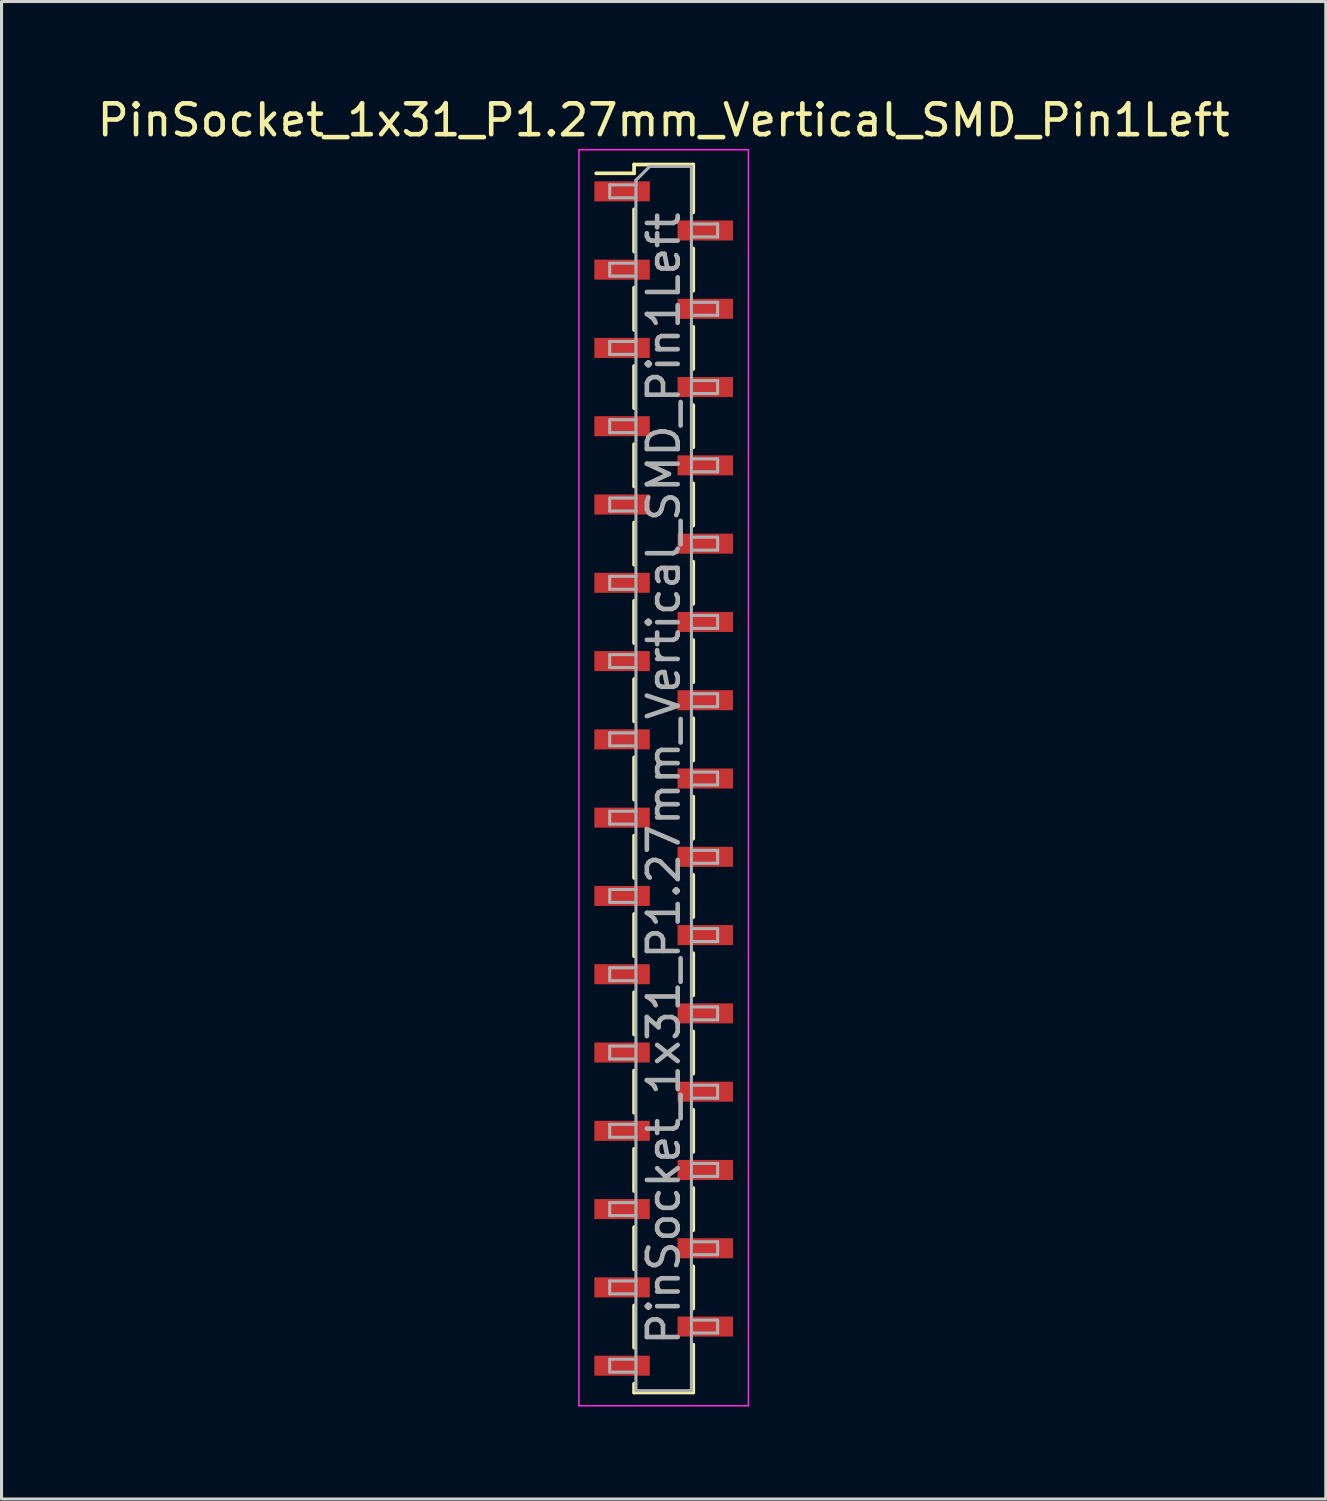
<source format=kicad_pcb>
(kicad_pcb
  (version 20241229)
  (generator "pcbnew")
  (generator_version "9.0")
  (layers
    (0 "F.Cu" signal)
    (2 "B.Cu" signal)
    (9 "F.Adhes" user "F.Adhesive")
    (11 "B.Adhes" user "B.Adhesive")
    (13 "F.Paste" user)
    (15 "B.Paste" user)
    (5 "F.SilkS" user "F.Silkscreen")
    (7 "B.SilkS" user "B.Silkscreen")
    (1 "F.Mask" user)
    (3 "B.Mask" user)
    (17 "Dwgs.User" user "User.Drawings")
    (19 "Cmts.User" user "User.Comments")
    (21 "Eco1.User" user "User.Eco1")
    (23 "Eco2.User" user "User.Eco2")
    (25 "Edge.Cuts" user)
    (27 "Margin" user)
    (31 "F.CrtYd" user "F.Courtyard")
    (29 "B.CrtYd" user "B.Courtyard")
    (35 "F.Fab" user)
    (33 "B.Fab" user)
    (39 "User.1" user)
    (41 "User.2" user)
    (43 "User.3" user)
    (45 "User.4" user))
  (footprint "PinSocket_1x31_P1.27mm_Vertical_SMD_Pin1Left"
    (layer "F.Cu")
    (at 18.482 22.208)
    (property "Reference" "PinSocket_1x31_P1.27mm_Vertical_SMD_Pin1Left" (at 0 -21.36 0) (layer "F.SilkS") (effects (font (size 1 1) (thickness 0.15))))
    (attr smd)
    (fp_line (start -2.19 -19.635) (end -0.96 -19.635) (stroke (width 0.12) (type solid)) (layer "F.SilkS"))
    (fp_line (start -0.96 -19.92) (end -0.96 -19.635) (stroke (width 0.12) (type solid)) (layer "F.SilkS"))
    (fp_line (start -0.96 -19.92) (end 0.96 -19.92) (stroke (width 0.12) (type solid)) (layer "F.SilkS"))
    (fp_line (start -0.96 -18.465) (end -0.96 -17.095) (stroke (width 0.12) (type solid)) (layer "F.SilkS"))
    (fp_line (start -0.96 -15.925) (end -0.96 -14.555) (stroke (width 0.12) (type solid)) (layer "F.SilkS"))
    (fp_line (start -0.96 -13.385) (end -0.96 -12.015) (stroke (width 0.12) (type solid)) (layer "F.SilkS"))
    (fp_line (start -0.96 -10.845) (end -0.96 -9.475) (stroke (width 0.12) (type solid)) (layer "F.SilkS"))
    (fp_line (start -0.96 -8.305) (end -0.96 -6.935) (stroke (width 0.12) (type solid)) (layer "F.SilkS"))
    (fp_line (start -0.96 -5.765) (end -0.96 -4.395) (stroke (width 0.12) (type solid)) (layer "F.SilkS"))
    (fp_line (start -0.96 -3.225) (end -0.96 -1.855) (stroke (width 0.12) (type solid)) (layer "F.SilkS"))
    (fp_line (start -0.96 -0.685) (end -0.96 0.685) (stroke (width 0.12) (type solid)) (layer "F.SilkS"))
    (fp_line (start -0.96 1.855) (end -0.96 3.225) (stroke (width 0.12) (type solid)) (layer "F.SilkS"))
    (fp_line (start -0.96 4.395) (end -0.96 5.765) (stroke (width 0.12) (type solid)) (layer "F.SilkS"))
    (fp_line (start -0.96 6.935) (end -0.96 8.305) (stroke (width 0.12) (type solid)) (layer "F.SilkS"))
    (fp_line (start -0.96 9.475) (end -0.96 10.845) (stroke (width 0.12) (type solid)) (layer "F.SilkS"))
    (fp_line (start -0.96 12.015) (end -0.96 13.385) (stroke (width 0.12) (type solid)) (layer "F.SilkS"))
    (fp_line (start -0.96 14.555) (end -0.96 15.925) (stroke (width 0.12) (type solid)) (layer "F.SilkS"))
    (fp_line (start -0.96 17.095) (end -0.96 18.465) (stroke (width 0.12) (type solid)) (layer "F.SilkS"))
    (fp_line (start -0.96 19.635) (end -0.96 19.92) (stroke (width 0.12) (type solid)) (layer "F.SilkS"))
    (fp_line (start -0.96 19.92) (end 0.96 19.92) (stroke (width 0.12) (type solid)) (layer "F.SilkS"))
    (fp_line (start 0.96 -19.92) (end 0.96 -18.365) (stroke (width 0.12) (type solid)) (layer "F.SilkS"))
    (fp_line (start 0.96 -17.195) (end 0.96 -15.825) (stroke (width 0.12) (type solid)) (layer "F.SilkS"))
    (fp_line (start 0.96 -14.655) (end 0.96 -13.285) (stroke (width 0.12) (type solid)) (layer "F.SilkS"))
    (fp_line (start 0.96 -12.115) (end 0.96 -10.745) (stroke (width 0.12) (type solid)) (layer "F.SilkS"))
    (fp_line (start 0.96 -9.575) (end 0.96 -8.205) (stroke (width 0.12) (type solid)) (layer "F.SilkS"))
    (fp_line (start 0.96 -7.035) (end 0.96 -5.665) (stroke (width 0.12) (type solid)) (layer "F.SilkS"))
    (fp_line (start 0.96 -4.495) (end 0.96 -3.125) (stroke (width 0.12) (type solid)) (layer "F.SilkS"))
    (fp_line (start 0.96 -1.955) (end 0.96 -0.585) (stroke (width 0.12) (type solid)) (layer "F.SilkS"))
    (fp_line (start 0.96 0.585) (end 0.96 1.955) (stroke (width 0.12) (type solid)) (layer "F.SilkS"))
    (fp_line (start 0.96 3.125) (end 0.96 4.495) (stroke (width 0.12) (type solid)) (layer "F.SilkS"))
    (fp_line (start 0.96 5.665) (end 0.96 7.035) (stroke (width 0.12) (type solid)) (layer "F.SilkS"))
    (fp_line (start 0.96 8.205) (end 0.96 9.575) (stroke (width 0.12) (type solid)) (layer "F.SilkS"))
    (fp_line (start 0.96 10.745) (end 0.96 12.115) (stroke (width 0.12) (type solid)) (layer "F.SilkS"))
    (fp_line (start 0.96 13.285) (end 0.96 14.655) (stroke (width 0.12) (type solid)) (layer "F.SilkS"))
    (fp_line (start 0.96 15.825) (end 0.96 17.195) (stroke (width 0.12) (type solid)) (layer "F.SilkS"))
    (fp_line (start 0.96 18.365) (end 0.96 19.92) (stroke (width 0.12) (type solid)) (layer "F.SilkS"))
    (fp_line (start -2.75 -20.4) (end 2.75 -20.4) (stroke (width 0.05) (type solid)) (layer "F.CrtYd"))
    (fp_line (start -2.75 20.35) (end -2.75 -20.4) (stroke (width 0.05) (type solid)) (layer "F.CrtYd"))
    (fp_line (start 2.75 -20.4) (end 2.75 20.35) (stroke (width 0.05) (type solid)) (layer "F.CrtYd"))
    (fp_line (start 2.75 20.35) (end -2.75 20.35) (stroke (width 0.05) (type solid)) (layer "F.CrtYd"))
    (fp_line (start -1.75 -19.26) (end -0.9 -19.26) (stroke (width 0.1) (type solid)) (layer "F.Fab"))
    (fp_line (start -1.75 -18.84) (end -1.75 -19.26) (stroke (width 0.1) (type solid)) (layer "F.Fab"))
    (fp_line (start -1.75 -16.72) (end -0.9 -16.72) (stroke (width 0.1) (type solid)) (layer "F.Fab"))
    (fp_line (start -1.75 -16.3) (end -1.75 -16.72) (stroke (width 0.1) (type solid)) (layer "F.Fab"))
    (fp_line (start -1.75 -14.18) (end -0.9 -14.18) (stroke (width 0.1) (type solid)) (layer "F.Fab"))
    (fp_line (start -1.75 -13.76) (end -1.75 -14.18) (stroke (width 0.1) (type solid)) (layer "F.Fab"))
    (fp_line (start -1.75 -11.64) (end -0.9 -11.64) (stroke (width 0.1) (type solid)) (layer "F.Fab"))
    (fp_line (start -1.75 -11.22) (end -1.75 -11.64) (stroke (width 0.1) (type solid)) (layer "F.Fab"))
    (fp_line (start -1.75 -9.1) (end -0.9 -9.1) (stroke (width 0.1) (type solid)) (layer "F.Fab"))
    (fp_line (start -1.75 -8.68) (end -1.75 -9.1) (stroke (width 0.1) (type solid)) (layer "F.Fab"))
    (fp_line (start -1.75 -6.56) (end -0.9 -6.56) (stroke (width 0.1) (type solid)) (layer "F.Fab"))
    (fp_line (start -1.75 -6.14) (end -1.75 -6.56) (stroke (width 0.1) (type solid)) (layer "F.Fab"))
    (fp_line (start -1.75 -4.02) (end -0.9 -4.02) (stroke (width 0.1) (type solid)) (layer "F.Fab"))
    (fp_line (start -1.75 -3.6) (end -1.75 -4.02) (stroke (width 0.1) (type solid)) (layer "F.Fab"))
    (fp_line (start -1.75 -1.48) (end -0.9 -1.48) (stroke (width 0.1) (type solid)) (layer "F.Fab"))
    (fp_line (start -1.75 -1.06) (end -1.75 -1.48) (stroke (width 0.1) (type solid)) (layer "F.Fab"))
    (fp_line (start -1.75 1.06) (end -0.9 1.06) (stroke (width 0.1) (type solid)) (layer "F.Fab"))
    (fp_line (start -1.75 1.48) (end -1.75 1.06) (stroke (width 0.1) (type solid)) (layer "F.Fab"))
    (fp_line (start -1.75 3.6) (end -0.9 3.6) (stroke (width 0.1) (type solid)) (layer "F.Fab"))
    (fp_line (start -1.75 4.02) (end -1.75 3.6) (stroke (width 0.1) (type solid)) (layer "F.Fab"))
    (fp_line (start -1.75 6.14) (end -0.9 6.14) (stroke (width 0.1) (type solid)) (layer "F.Fab"))
    (fp_line (start -1.75 6.56) (end -1.75 6.14) (stroke (width 0.1) (type solid)) (layer "F.Fab"))
    (fp_line (start -1.75 8.68) (end -0.9 8.68) (stroke (width 0.1) (type solid)) (layer "F.Fab"))
    (fp_line (start -1.75 9.1) (end -1.75 8.68) (stroke (width 0.1) (type solid)) (layer "F.Fab"))
    (fp_line (start -1.75 11.22) (end -0.9 11.22) (stroke (width 0.1) (type solid)) (layer "F.Fab"))
    (fp_line (start -1.75 11.64) (end -1.75 11.22) (stroke (width 0.1) (type solid)) (layer "F.Fab"))
    (fp_line (start -1.75 13.76) (end -0.9 13.76) (stroke (width 0.1) (type solid)) (layer "F.Fab"))
    (fp_line (start -1.75 14.18) (end -1.75 13.76) (stroke (width 0.1) (type solid)) (layer "F.Fab"))
    (fp_line (start -1.75 16.3) (end -0.9 16.3) (stroke (width 0.1) (type solid)) (layer "F.Fab"))
    (fp_line (start -1.75 16.72) (end -1.75 16.3) (stroke (width 0.1) (type solid)) (layer "F.Fab"))
    (fp_line (start -1.75 18.84) (end -0.9 18.84) (stroke (width 0.1) (type solid)) (layer "F.Fab"))
    (fp_line (start -1.75 19.26) (end -1.75 18.84) (stroke (width 0.1) (type solid)) (layer "F.Fab"))
    (fp_line (start -0.9 -19.41) (end -0.45 -19.86) (stroke (width 0.1) (type solid)) (layer "F.Fab"))
    (fp_line (start -0.9 -18.84) (end -1.75 -18.84) (stroke (width 0.1) (type solid)) (layer "F.Fab"))
    (fp_line (start -0.9 -16.3) (end -1.75 -16.3) (stroke (width 0.1) (type solid)) (layer "F.Fab"))
    (fp_line (start -0.9 -13.76) (end -1.75 -13.76) (stroke (width 0.1) (type solid)) (layer "F.Fab"))
    (fp_line (start -0.9 -11.22) (end -1.75 -11.22) (stroke (width 0.1) (type solid)) (layer "F.Fab"))
    (fp_line (start -0.9 -8.68) (end -1.75 -8.68) (stroke (width 0.1) (type solid)) (layer "F.Fab"))
    (fp_line (start -0.9 -6.14) (end -1.75 -6.14) (stroke (width 0.1) (type solid)) (layer "F.Fab"))
    (fp_line (start -0.9 -3.6) (end -1.75 -3.6) (stroke (width 0.1) (type solid)) (layer "F.Fab"))
    (fp_line (start -0.9 -1.06) (end -1.75 -1.06) (stroke (width 0.1) (type solid)) (layer "F.Fab"))
    (fp_line (start -0.9 1.48) (end -1.75 1.48) (stroke (width 0.1) (type solid)) (layer "F.Fab"))
    (fp_line (start -0.9 4.02) (end -1.75 4.02) (stroke (width 0.1) (type solid)) (layer "F.Fab"))
    (fp_line (start -0.9 6.56) (end -1.75 6.56) (stroke (width 0.1) (type solid)) (layer "F.Fab"))
    (fp_line (start -0.9 9.1) (end -1.75 9.1) (stroke (width 0.1) (type solid)) (layer "F.Fab"))
    (fp_line (start -0.9 11.64) (end -1.75 11.64) (stroke (width 0.1) (type solid)) (layer "F.Fab"))
    (fp_line (start -0.9 14.18) (end -1.75 14.18) (stroke (width 0.1) (type solid)) (layer "F.Fab"))
    (fp_line (start -0.9 16.72) (end -1.75 16.72) (stroke (width 0.1) (type solid)) (layer "F.Fab"))
    (fp_line (start -0.9 19.26) (end -1.75 19.26) (stroke (width 0.1) (type solid)) (layer "F.Fab"))
    (fp_line (start -0.9 19.86) (end -0.9 -19.41) (stroke (width 0.1) (type solid)) (layer "F.Fab"))
    (fp_line (start -0.45 -19.86) (end 0.9 -19.86) (stroke (width 0.1) (type solid)) (layer "F.Fab"))
    (fp_line (start 0.9 -19.86) (end 0.9 19.86) (stroke (width 0.1) (type solid)) (layer "F.Fab"))
    (fp_line (start 0.9 -17.99) (end 1.75 -17.99) (stroke (width 0.1) (type solid)) (layer "F.Fab"))
    (fp_line (start 0.9 -15.45) (end 1.75 -15.45) (stroke (width 0.1) (type solid)) (layer "F.Fab"))
    (fp_line (start 0.9 -12.91) (end 1.75 -12.91) (stroke (width 0.1) (type solid)) (layer "F.Fab"))
    (fp_line (start 0.9 -10.37) (end 1.75 -10.37) (stroke (width 0.1) (type solid)) (layer "F.Fab"))
    (fp_line (start 0.9 -7.83) (end 1.75 -7.83) (stroke (width 0.1) (type solid)) (layer "F.Fab"))
    (fp_line (start 0.9 -5.29) (end 1.75 -5.29) (stroke (width 0.1) (type solid)) (layer "F.Fab"))
    (fp_line (start 0.9 -2.75) (end 1.75 -2.75) (stroke (width 0.1) (type solid)) (layer "F.Fab"))
    (fp_line (start 0.9 -0.21) (end 1.75 -0.21) (stroke (width 0.1) (type solid)) (layer "F.Fab"))
    (fp_line (start 0.9 2.33) (end 1.75 2.33) (stroke (width 0.1) (type solid)) (layer "F.Fab"))
    (fp_line (start 0.9 4.87) (end 1.75 4.87) (stroke (width 0.1) (type solid)) (layer "F.Fab"))
    (fp_line (start 0.9 7.41) (end 1.75 7.41) (stroke (width 0.1) (type solid)) (layer "F.Fab"))
    (fp_line (start 0.9 9.95) (end 1.75 9.95) (stroke (width 0.1) (type solid)) (layer "F.Fab"))
    (fp_line (start 0.9 12.49) (end 1.75 12.49) (stroke (width 0.1) (type solid)) (layer "F.Fab"))
    (fp_line (start 0.9 15.03) (end 1.75 15.03) (stroke (width 0.1) (type solid)) (layer "F.Fab"))
    (fp_line (start 0.9 17.57) (end 1.75 17.57) (stroke (width 0.1) (type solid)) (layer "F.Fab"))
    (fp_line (start 0.9 19.86) (end -0.9 19.86) (stroke (width 0.1) (type solid)) (layer "F.Fab"))
    (fp_line (start 1.75 -17.99) (end 1.75 -17.57) (stroke (width 0.1) (type solid)) (layer "F.Fab"))
    (fp_line (start 1.75 -17.57) (end 0.9 -17.57) (stroke (width 0.1) (type solid)) (layer "F.Fab"))
    (fp_line (start 1.75 -15.45) (end 1.75 -15.03) (stroke (width 0.1) (type solid)) (layer "F.Fab"))
    (fp_line (start 1.75 -15.03) (end 0.9 -15.03) (stroke (width 0.1) (type solid)) (layer "F.Fab"))
    (fp_line (start 1.75 -12.91) (end 1.75 -12.49) (stroke (width 0.1) (type solid)) (layer "F.Fab"))
    (fp_line (start 1.75 -12.49) (end 0.9 -12.49) (stroke (width 0.1) (type solid)) (layer "F.Fab"))
    (fp_line (start 1.75 -10.37) (end 1.75 -9.95) (stroke (width 0.1) (type solid)) (layer "F.Fab"))
    (fp_line (start 1.75 -9.95) (end 0.9 -9.95) (stroke (width 0.1) (type solid)) (layer "F.Fab"))
    (fp_line (start 1.75 -7.83) (end 1.75 -7.41) (stroke (width 0.1) (type solid)) (layer "F.Fab"))
    (fp_line (start 1.75 -7.41) (end 0.9 -7.41) (stroke (width 0.1) (type solid)) (layer "F.Fab"))
    (fp_line (start 1.75 -5.29) (end 1.75 -4.87) (stroke (width 0.1) (type solid)) (layer "F.Fab"))
    (fp_line (start 1.75 -4.87) (end 0.9 -4.87) (stroke (width 0.1) (type solid)) (layer "F.Fab"))
    (fp_line (start 1.75 -2.75) (end 1.75 -2.33) (stroke (width 0.1) (type solid)) (layer "F.Fab"))
    (fp_line (start 1.75 -2.33) (end 0.9 -2.33) (stroke (width 0.1) (type solid)) (layer "F.Fab"))
    (fp_line (start 1.75 -0.21) (end 1.75 0.21) (stroke (width 0.1) (type solid)) (layer "F.Fab"))
    (fp_line (start 1.75 0.21) (end 0.9 0.21) (stroke (width 0.1) (type solid)) (layer "F.Fab"))
    (fp_line (start 1.75 2.33) (end 1.75 2.75) (stroke (width 0.1) (type solid)) (layer "F.Fab"))
    (fp_line (start 1.75 2.75) (end 0.9 2.75) (stroke (width 0.1) (type solid)) (layer "F.Fab"))
    (fp_line (start 1.75 4.87) (end 1.75 5.29) (stroke (width 0.1) (type solid)) (layer "F.Fab"))
    (fp_line (start 1.75 5.29) (end 0.9 5.29) (stroke (width 0.1) (type solid)) (layer "F.Fab"))
    (fp_line (start 1.75 7.41) (end 1.75 7.83) (stroke (width 0.1) (type solid)) (layer "F.Fab"))
    (fp_line (start 1.75 7.83) (end 0.9 7.83) (stroke (width 0.1) (type solid)) (layer "F.Fab"))
    (fp_line (start 1.75 9.95) (end 1.75 10.37) (stroke (width 0.1) (type solid)) (layer "F.Fab"))
    (fp_line (start 1.75 10.37) (end 0.9 10.37) (stroke (width 0.1) (type solid)) (layer "F.Fab"))
    (fp_line (start 1.75 12.49) (end 1.75 12.91) (stroke (width 0.1) (type solid)) (layer "F.Fab"))
    (fp_line (start 1.75 12.91) (end 0.9 12.91) (stroke (width 0.1) (type solid)) (layer "F.Fab"))
    (fp_line (start 1.75 15.03) (end 1.75 15.45) (stroke (width 0.1) (type solid)) (layer "F.Fab"))
    (fp_line (start 1.75 15.45) (end 0.9 15.45) (stroke (width 0.1) (type solid)) (layer "F.Fab"))
    (fp_line (start 1.75 17.57) (end 1.75 17.99) (stroke (width 0.1) (type solid)) (layer "F.Fab"))
    (fp_line (start 1.75 17.99) (end 0.9 17.99) (stroke (width 0.1) (type solid)) (layer "F.Fab"))
    (fp_text user "${REFERENCE}" (at 0 0 90) (layer "F.Fab") (effects (font (size 1 1) (thickness 0.15))))
    (pad "1" smd rect (at -1.35 -19.05) (size 1.8 0.65) (layers "F.Cu" "F.Mask" "F.Paste"))
    (pad "2" smd rect (at 1.35 -17.78) (size 1.8 0.65) (layers "F.Cu" "F.Mask" "F.Paste"))
    (pad "3" smd rect (at -1.35 -16.51) (size 1.8 0.65) (layers "F.Cu" "F.Mask" "F.Paste"))
    (pad "4" smd rect (at 1.35 -15.24) (size 1.8 0.65) (layers "F.Cu" "F.Mask" "F.Paste"))
    (pad "5" smd rect (at -1.35 -13.97) (size 1.8 0.65) (layers "F.Cu" "F.Mask" "F.Paste"))
    (pad "6" smd rect (at 1.35 -12.7) (size 1.8 0.65) (layers "F.Cu" "F.Mask" "F.Paste"))
    (pad "7" smd rect (at -1.35 -11.43) (size 1.8 0.65) (layers "F.Cu" "F.Mask" "F.Paste"))
    (pad "8" smd rect (at 1.35 -10.16) (size 1.8 0.65) (layers "F.Cu" "F.Mask" "F.Paste"))
    (pad "9" smd rect (at -1.35 -8.89) (size 1.8 0.65) (layers "F.Cu" "F.Mask" "F.Paste"))
    (pad "10" smd rect (at 1.35 -7.62) (size 1.8 0.65) (layers "F.Cu" "F.Mask" "F.Paste"))
    (pad "11" smd rect (at -1.35 -6.35) (size 1.8 0.65) (layers "F.Cu" "F.Mask" "F.Paste"))
    (pad "12" smd rect (at 1.35 -5.08) (size 1.8 0.65) (layers "F.Cu" "F.Mask" "F.Paste"))
    (pad "13" smd rect (at -1.35 -3.81) (size 1.8 0.65) (layers "F.Cu" "F.Mask" "F.Paste"))
    (pad "14" smd rect (at 1.35 -2.54) (size 1.8 0.65) (layers "F.Cu" "F.Mask" "F.Paste"))
    (pad "15" smd rect (at -1.35 -1.27) (size 1.8 0.65) (layers "F.Cu" "F.Mask" "F.Paste"))
    (pad "16" smd rect (at 1.35 0) (size 1.8 0.65) (layers "F.Cu" "F.Mask" "F.Paste"))
    (pad "17" smd rect (at -1.35 1.27) (size 1.8 0.65) (layers "F.Cu" "F.Mask" "F.Paste"))
    (pad "18" smd rect (at 1.35 2.54) (size 1.8 0.65) (layers "F.Cu" "F.Mask" "F.Paste"))
    (pad "19" smd rect (at -1.35 3.81) (size 1.8 0.65) (layers "F.Cu" "F.Mask" "F.Paste"))
    (pad "20" smd rect (at 1.35 5.08) (size 1.8 0.65) (layers "F.Cu" "F.Mask" "F.Paste"))
    (pad "21" smd rect (at -1.35 6.35) (size 1.8 0.65) (layers "F.Cu" "F.Mask" "F.Paste"))
    (pad "22" smd rect (at 1.35 7.62) (size 1.8 0.65) (layers "F.Cu" "F.Mask" "F.Paste"))
    (pad "23" smd rect (at -1.35 8.89) (size 1.8 0.65) (layers "F.Cu" "F.Mask" "F.Paste"))
    (pad "24" smd rect (at 1.35 10.16) (size 1.8 0.65) (layers "F.Cu" "F.Mask" "F.Paste"))
    (pad "25" smd rect (at -1.35 11.43) (size 1.8 0.65) (layers "F.Cu" "F.Mask" "F.Paste"))
    (pad "26" smd rect (at 1.35 12.7) (size 1.8 0.65) (layers "F.Cu" "F.Mask" "F.Paste"))
    (pad "27" smd rect (at -1.35 13.97) (size 1.8 0.65) (layers "F.Cu" "F.Mask" "F.Paste"))
    (pad "28" smd rect (at 1.35 15.24) (size 1.8 0.65) (layers "F.Cu" "F.Mask" "F.Paste"))
    (pad "29" smd rect (at -1.35 16.51) (size 1.8 0.65) (layers "F.Cu" "F.Mask" "F.Paste"))
    (pad "30" smd rect (at 1.35 17.78) (size 1.8 0.65) (layers "F.Cu" "F.Mask" "F.Paste"))
    (pad "31" smd rect (at -1.35 19.05) (size 1.8 0.65) (layers "F.Cu" "F.Mask" "F.Paste")))
  (gr_rect
    (start -3 -3)
    (end 39.964 45.583)
    (stroke (width 0.1) (type default))
    (fill no)
    (layer "Edge.Cuts")))
</source>
